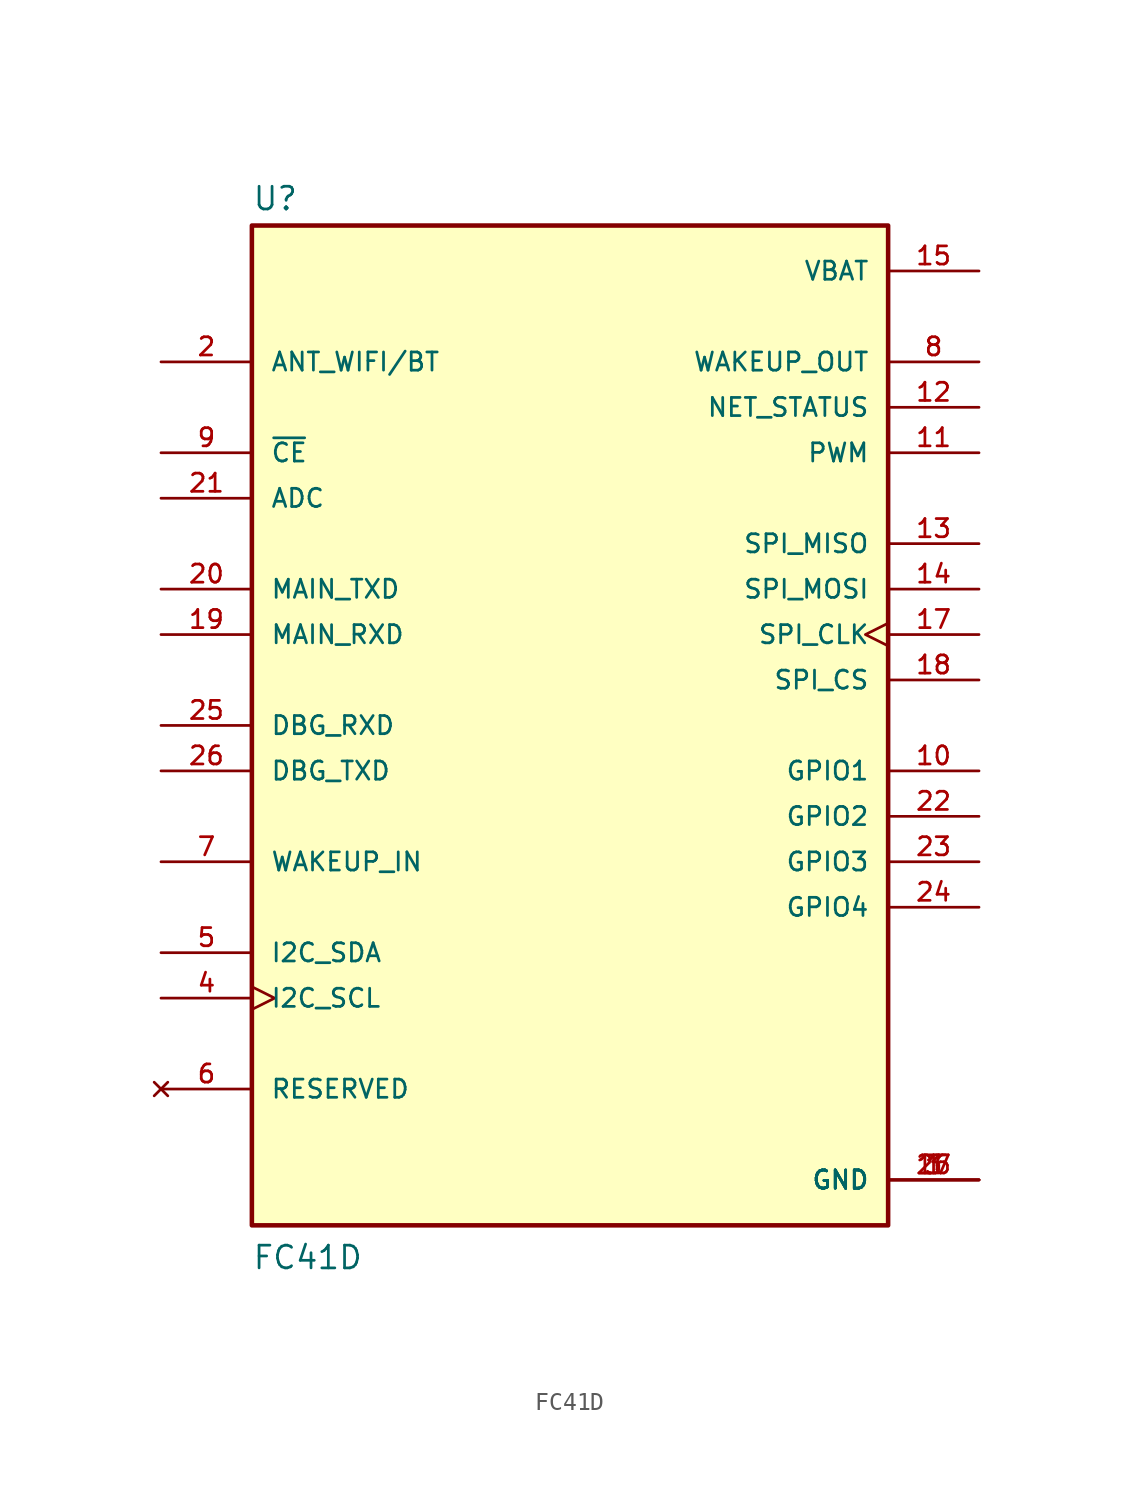
<source format=kicad_sym>
(kicad_symbol_lib
  (version 20211014)
  (generator kicad_symbol_editor)
  (symbol "FC41D"
    (pin_names
      (offset 1.016))
    (property "Reference" "U"
      (at -17.78 28.702 0)
      (effects (font (size 1.27 1.27)) (justify bottom left)))
    (property "Value" "FC41D"
      (at -17.78 -30.48 0)
      (effects (font (size 1.27 1.27)) (justify bottom left)))
    (symbol "FC41D_0_0"
      (rectangle (start -17.78 -27.94) (end 17.78 27.94) (stroke (width 0.254)) (fill (type background)))
      (pin power_in line (at 22.86 25.4 180.0) (length 5.08) (name "VBAT" (effects (font (size 1.016 1.016)))) (number "15" (effects (font (size 1.016 1.016)))))
      (pin power_in line (at 22.86 -25.4 180.0) (length 5.08) (name "GND" (effects (font (size 1.016 1.016)))) (number "1" (effects (font (size 1.016 1.016)))))
      (pin power_in line (at 22.86 -25.4 180.0) (length 5.08) (name "GND" (effects (font (size 1.016 1.016)))) (number "3" (effects (font (size 1.016 1.016)))))
      (pin power_in line (at 22.86 -25.4 180.0) (length 5.08) (name "GND" (effects (font (size 1.016 1.016)))) (number "16" (effects (font (size 1.016 1.016)))))
      (pin power_in line (at 22.86 -25.4 180.0) (length 5.08) (name "GND" (effects (font (size 1.016 1.016)))) (number "27" (effects (font (size 1.016 1.016)))))
      (pin input line (at -22.86 15.24 0) (length 5.08) (name "~{CE}" (effects (font (size 1.016 1.016)))) (number "9" (effects (font (size 1.016 1.016)))))
      (pin output line (at -22.86 7.62 0) (length 5.08) (name "MAIN_TXD" (effects (font (size 1.016 1.016)))) (number "20" (effects (font (size 1.016 1.016)))))
      (pin input line (at -22.86 5.08 0) (length 5.08) (name "MAIN_RXD" (effects (font (size 1.016 1.016)))) (number "19" (effects (font (size 1.016 1.016)))))
      (pin output line (at -22.86 -2.54 0) (length 5.08) (name "DBG_TXD" (effects (font (size 1.016 1.016)))) (number "26" (effects (font (size 1.016 1.016)))))
      (pin input line (at -22.86 0.0 0) (length 5.08) (name "DBG_RXD" (effects (font (size 1.016 1.016)))) (number "25" (effects (font (size 1.016 1.016)))))
      (pin bidirectional line (at 22.86 10.16 180.0) (length 5.08) (name "SPI_MISO" (effects (font (size 1.016 1.016)))) (number "13" (effects (font (size 1.016 1.016)))))
      (pin bidirectional line (at 22.86 7.62 180.0) (length 5.08) (name "SPI_MOSI" (effects (font (size 1.016 1.016)))) (number "14" (effects (font (size 1.016 1.016)))))
      (pin bidirectional clock (at 22.86 5.08 180.0) (length 5.08) (name "SPI_CLK" (effects (font (size 1.016 1.016)))) (number "17" (effects (font (size 1.016 1.016)))))
      (pin bidirectional line (at 22.86 2.54 180.0) (length 5.08) (name "SPI_CS" (effects (font (size 1.016 1.016)))) (number "18" (effects (font (size 1.016 1.016)))))
      (pin output clock (at -22.86 -15.24 0) (length 5.08) (name "I2C_SCL" (effects (font (size 1.016 1.016)))) (number "4" (effects (font (size 1.016 1.016)))))
      (pin bidirectional line (at -22.86 -12.7 0) (length 5.08) (name "I2C_SDA" (effects (font (size 1.016 1.016)))) (number "5" (effects (font (size 1.016 1.016)))))
      (pin input line (at -22.86 -7.62 0) (length 5.08) (name "WAKEUP_IN" (effects (font (size 1.016 1.016)))) (number "7" (effects (font (size 1.016 1.016)))))
      (pin output line (at 22.86 20.32 180.0) (length 5.08) (name "WAKEUP_OUT" (effects (font (size 1.016 1.016)))) (number "8" (effects (font (size 1.016 1.016)))))
      (pin output line (at 22.86 17.78 180.0) (length 5.08) (name "NET_STATUS" (effects (font (size 1.016 1.016)))) (number "12" (effects (font (size 1.016 1.016)))))
      (pin output line (at 22.86 15.24 180.0) (length 5.08) (name "PWM" (effects (font (size 1.016 1.016)))) (number "11" (effects (font (size 1.016 1.016)))))
      (pin bidirectional line (at 22.86 -2.54 180.0) (length 5.08) (name "GPIO1" (effects (font (size 1.016 1.016)))) (number "10" (effects (font (size 1.016 1.016)))))
      (pin bidirectional line (at 22.86 -5.08 180.0) (length 5.08) (name "GPIO2" (effects (font (size 1.016 1.016)))) (number "22" (effects (font (size 1.016 1.016)))))
      (pin bidirectional line (at 22.86 -7.62 180.0) (length 5.08) (name "GPIO3" (effects (font (size 1.016 1.016)))) (number "23" (effects (font (size 1.016 1.016)))))
      (pin bidirectional line (at 22.86 -10.16 180.0) (length 5.08) (name "GPIO4" (effects (font (size 1.016 1.016)))) (number "24" (effects (font (size 1.016 1.016)))))
      (pin input line (at -22.86 12.7 0) (length 5.08) (name "ADC" (effects (font (size 1.016 1.016)))) (number "21" (effects (font (size 1.016 1.016)))))
      (pin bidirectional line (at -22.86 20.32 0) (length 5.08) (name "ANT_WIFI/BT" (effects (font (size 1.016 1.016)))) (number "2" (effects (font (size 1.016 1.016)))))
      (pin no_connect line (at -22.86 -20.32 0) (length 5.08) (name "RESERVED" (effects (font (size 1.016 1.016)))) (number "6" (effects (font (size 1.016 1.016))))))))
</source>
